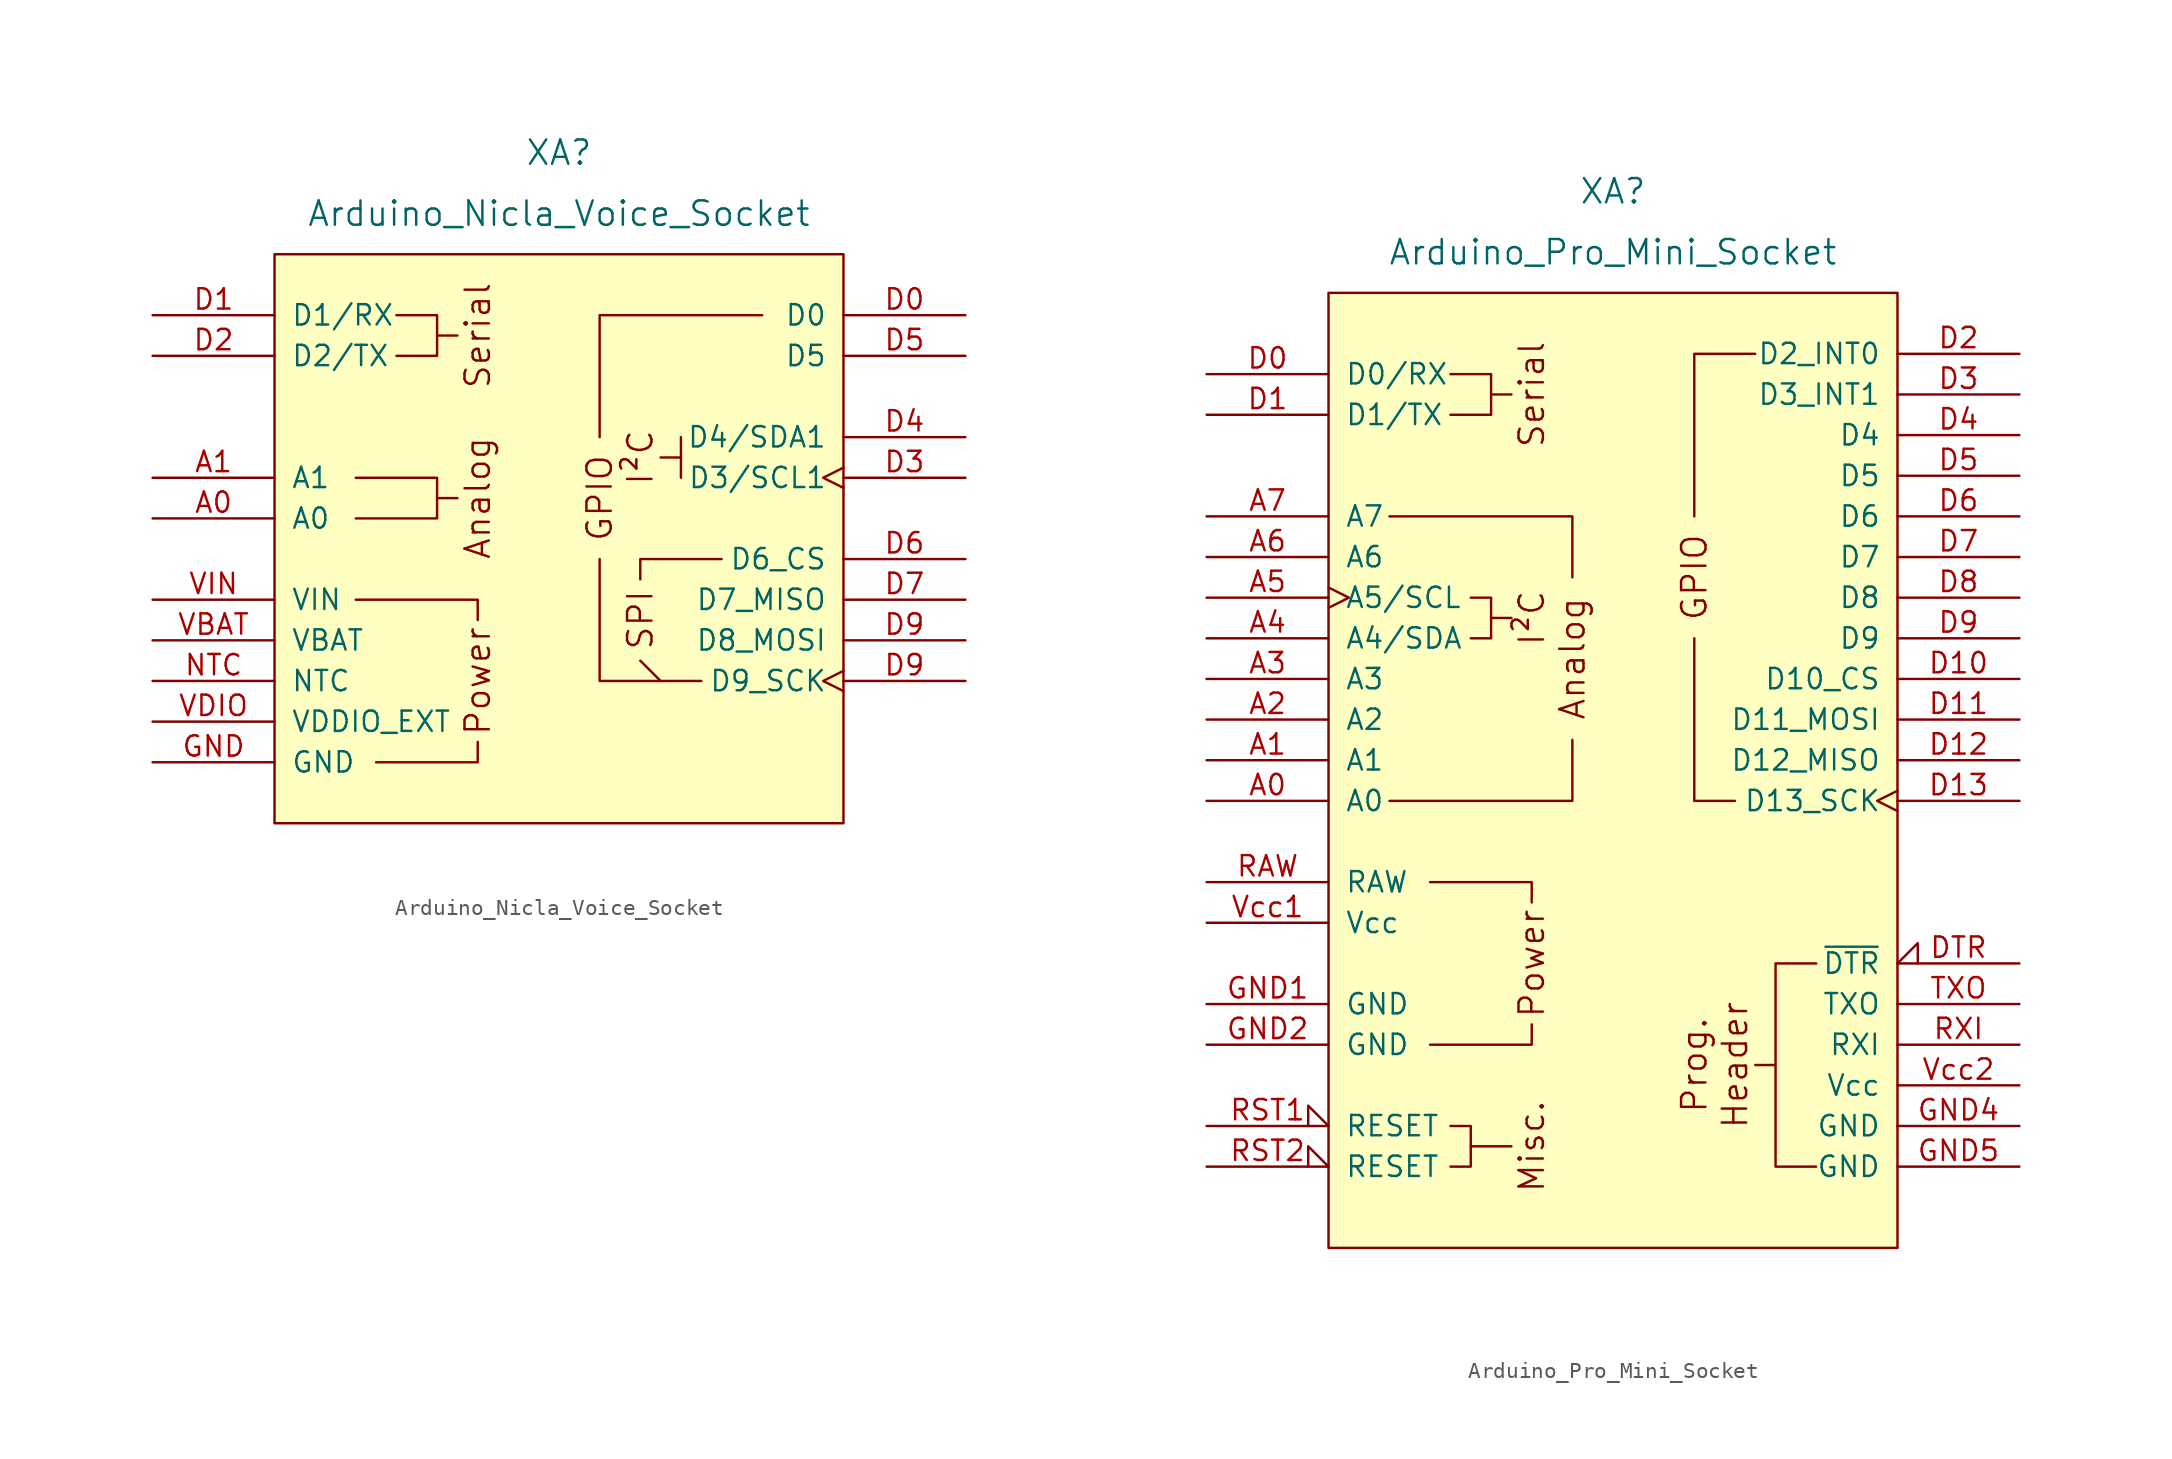
<source format=kicad_sym>
(kicad_symbol_lib
  (version 20211014)
  (generator kicad_symbol_editor)
  (symbol "Arduino_Nicla_Voice_Socket"
    (pin_names
      (offset 1.016))
    (property "Reference" "XA"
      (at 0 33.02 0)
      (effects (font (size 1.524 1.524))))
    (property "Value" "Arduino_Nicla_Voice_Socket"
      (at 0 29.21 0)
      (effects (font (size 1.524 1.524))))
    (symbol "Arduino_Nicla_Voice_Socket_0_0"
      (rectangle (start -17.78 26.67) (end 17.78 -8.89) (stroke (width 0) (type default) (color 0 0 0 0)) (fill (type background)))
      (polyline (pts (xy -7.62 11.43) (xy -6.35 11.43)) (stroke (width 0) (type default) (color 0 0 0 0)) (fill (type none)))
      (polyline (pts (xy -7.62 21.59) (xy -6.35 21.59)) (stroke (width 0) (type default) (color 0 0 0 0)) (fill (type none)))
      (polyline (pts (xy 7.62 13.97) (xy 6.35 13.97)) (stroke (width 0) (type default) (color 0 0 0 0)) (fill (type none)))
      (polyline (pts (xy -11.43 -5.08) (xy -5.08 -5.08) (xy -5.08 -3.81)) (stroke (width 0) (type default) (color 0 0 0 0)) (fill (type none)))
      (polyline (pts (xy -5.08 3.81) (xy -5.08 5.08) (xy -12.7 5.08)) (stroke (width 0) (type default) (color 0 0 0 0)) (fill (type none)))
      (polyline (pts (xy -10.16 22.86) (xy -7.62 22.86) (xy -7.62 20.32) (xy -10.16 20.32)) (stroke (width 0) (type default) (color 0 0 0 0)) (fill (type none)))
      (polyline (pts (xy 5.08 6.35) (xy 5.08 6.35) (xy 5.08 7.62) (xy 10.16 7.62)) (stroke (width 0) (type default) (color 0 0 0 0)) (fill (type none)))
      (polyline (pts (xy 6.35 0) (xy 6.35 0) (xy 6.35 0) (xy 5.08 1.27)) (stroke (width 0) (type default) (color 0 0 0 0)) (fill (type none)))
      (polyline (pts (xy 7.62 12.7) (xy 7.62 12.7) (xy 7.62 15.24) (xy 7.62 15.24)) (stroke (width 0) (type default) (color 0 0 0 0)) (fill (type none)))
      (text "Analog" (at -5.08 11.43 900) (effects (font (size 1.524 1.524))))
      (text "I²C" (at 5.08 13.97 900) (effects (font (size 1.524 1.524))))
      (text "Power" (at -5.08 0 900) (effects (font (size 1.524 1.524))))
      (text "Serial" (at -5.08 21.59 900) (effects (font (size 1.524 1.524)))))
    (symbol "Arduino_Nicla_Voice_Socket_0_1"
      (polyline (pts (xy -12.7 10.16) (xy -7.62 10.16) (xy -7.62 11.43)) (stroke (width 0) (type default) (color 0 0 0 0)) (fill (type none)))
      (polyline (pts (xy -12.7 12.7) (xy -7.62 12.7) (xy -7.62 11.43)) (stroke (width 0) (type default) (color 0 0 0 0)) (fill (type none)))
      (polyline (pts (xy 8.89 0) (xy 2.54 0) (xy 2.54 7.62)) (stroke (width 0) (type default) (color 0 0 0 0)) (fill (type none)))
      (polyline (pts (xy 12.7 22.86) (xy 2.54 22.86) (xy 2.54 15.24)) (stroke (width 0) (type default) (color 0 0 0 0)) (fill (type none))))
    (symbol "Arduino_Nicla_Voice_Socket_1_0"
      (text "GPIO" (at 2.54 11.43 900) (effects (font (size 1.524 1.524))))
      (text "SPI" (at 5.08 3.81 900) (effects (font (size 1.524 1.524)))))
    (symbol "Arduino_Nicla_Voice_Socket_1_1"
      (pin bidirectional line (at -25.4 10.16 0) (length 7.62) (name "A0" (effects (font (size 1.27 1.27)))) (number "A0" (effects (font (size 1.27 1.27)))))
      (pin bidirectional line (at -25.4 12.7 0) (length 7.62) (name "A1" (effects (font (size 1.27 1.27)))) (number "A1" (effects (font (size 1.27 1.27)))))
      (pin bidirectional line (at 25.4 22.86 180) (length 7.62) (name "D0" (effects (font (size 1.27 1.27)))) (number "D0" (effects (font (size 1.27 1.27)))))
      (pin bidirectional line (at -25.4 22.86 0) (length 7.62) (name "D1/RX" (effects (font (size 1.27 1.27)))) (number "D1" (effects (font (size 1.27 1.27)))))
      (pin bidirectional line (at -25.4 20.32 0) (length 7.62) (name "D2/TX" (effects (font (size 1.27 1.27)))) (number "D2" (effects (font (size 1.27 1.27)))))
      (pin bidirectional clock (at 25.4 12.7 180) (length 7.62) (name "D3/SCL1" (effects (font (size 1.27 1.27)))) (number "D3" (effects (font (size 1.27 1.27)))))
      (pin bidirectional line (at 25.4 15.24 180) (length 7.62) (name "D4/SDA1" (effects (font (size 1.27 1.27)))) (number "D4" (effects (font (size 1.27 1.27)))))
      (pin bidirectional line (at 25.4 20.32 180) (length 7.62) (name "D5" (effects (font (size 1.27 1.27)))) (number "D5" (effects (font (size 1.27 1.27)))))
      (pin bidirectional line (at 25.4 7.62 180) (length 7.62) (name "D6_CS" (effects (font (size 1.27 1.27)))) (number "D6" (effects (font (size 1.27 1.27)))))
      (pin bidirectional line (at 25.4 5.08 180) (length 7.62) (name "D7_MISO" (effects (font (size 1.27 1.27)))) (number "D7" (effects (font (size 1.27 1.27)))))
      (pin bidirectional line (at 25.4 2.54 180) (length 7.62) (name "D8_MOSI" (effects (font (size 1.27 1.27)))) (number "D9" (effects (font (size 1.27 1.27)))))
      (pin bidirectional clock (at 25.4 0 180) (length 7.62) (name "D9_SCK" (effects (font (size 1.27 1.27)))) (number "D9" (effects (font (size 1.27 1.27)))))
      (pin power_in line (at -25.4 -5.08 0) (length 7.62) (name "GND" (effects (font (size 1.27 1.27)))) (number "GND" (effects (font (size 1.27 1.27)))))
      (pin input line (at -25.4 0 0) (length 7.62) (name "NTC" (effects (font (size 1.27 1.27)))) (number "NTC" (effects (font (size 1.27 1.27)))))
      (pin power_in line (at -25.4 2.54 0) (length 7.62) (name "VBAT" (effects (font (size 1.27 1.27)))) (number "VBAT" (effects (font (size 1.27 1.27)))))
      (pin power_out line (at -25.4 -2.54 0) (length 7.62) (name "VDDIO_EXT" (effects (font (size 1.27 1.27)))) (number "VDIO" (effects (font (size 1.27 1.27)))))
      (pin power_in line (at -25.4 5.08 0) (length 7.62) (name "VIN" (effects (font (size 1.27 1.27)))) (number "VIN" (effects (font (size 1.27 1.27)))))))
  (symbol "Arduino_Pro_Mini_Socket"
    (pin_names
      (offset 1.016))
    (property "Reference" "XA"
      (at 0 36.83 0)
      (effects (font (size 1.524 1.524))))
    (property "Value" "Arduino_Pro_Mini_Socket"
      (at 0 33.02 0)
      (effects (font (size 1.524 1.524))))
    (symbol "Arduino_Pro_Mini_Socket_0_0"
      (rectangle (start -17.78 30.48) (end 17.78 -29.21) (stroke (width 0) (type default) (color 0 0 0 0)) (fill (type background)))
      (polyline (pts (xy -7.62 10.16) (xy -6.35 10.16)) (stroke (width 0) (type default) (color 0 0 0 0)) (fill (type none)))
      (polyline (pts (xy -7.62 24.13) (xy -6.35 24.13)) (stroke (width 0) (type default) (color 0 0 0 0)) (fill (type none)))
      (polyline (pts (xy -6.35 -22.86) (xy -8.89 -22.86)) (stroke (width 0) (type default) (color 0 0 0 0)) (fill (type none)))
      (polyline (pts (xy -11.43 -16.51) (xy -5.08 -16.51) (xy -5.08 -15.24)) (stroke (width 0) (type default) (color 0 0 0 0)) (fill (type none)))
      (polyline (pts (xy -5.08 -7.62) (xy -5.08 -6.35) (xy -11.43 -6.35)) (stroke (width 0) (type default) (color 0 0 0 0)) (fill (type none)))
      (polyline (pts (xy -2.54 2.54) (xy -2.54 -1.27) (xy -13.97 -1.27)) (stroke (width 0) (type default) (color 0 0 0 0)) (fill (type none)))
      (polyline (pts (xy -2.54 12.7) (xy -2.54 16.51) (xy -13.97 16.51)) (stroke (width 0) (type default) (color 0 0 0 0)) (fill (type none)))
      (polyline (pts (xy -10.16 25.4) (xy -7.62 25.4) (xy -7.62 22.86) (xy -10.16 22.86)) (stroke (width 0) (type default) (color 0 0 0 0)) (fill (type none)))
      (polyline (pts (xy -8.89 11.43) (xy -7.62 11.43) (xy -7.62 8.89) (xy -8.89 8.89)) (stroke (width 0) (type default) (color 0 0 0 0)) (fill (type none)))
      (polyline (pts (xy 12.7 -11.43) (xy 10.16 -11.43) (xy 10.16 -16.51) (xy 10.16 -17.78) (xy 8.89 -17.78) (xy 10.16 -17.78) (xy 10.16 -24.13) (xy 12.7 -24.13)) (stroke (width 0) (type default) (color 0 0 0 0)) (fill (type none)))
      (text "Analog" (at -2.54 7.62 900) (effects (font (size 1.524 1.524))))
      (text "Header" (at 7.62 -17.78 900) (effects (font (size 1.524 1.524))))
      (text "I²C" (at -5.08 10.16 900) (effects (font (size 1.524 1.524))))
      (text "Misc." (at -5.08 -22.86 900) (effects (font (size 1.524 1.524))))
      (text "Power" (at -5.08 -11.43 900) (effects (font (size 1.524 1.524))))
      (text "Prog." (at 5.08 -17.78 900) (effects (font (size 1.524 1.524))))
      (text "Serial" (at -5.08 24.13 900) (effects (font (size 1.524 1.524)))))
    (symbol "Arduino_Pro_Mini_Socket_0_1"
      (polyline (pts (xy 7.62 -1.27) (xy 5.08 -1.27) (xy 5.08 8.89)) (stroke (width 0) (type default) (color 0 0 0 0)) (fill (type none)))
      (polyline (pts (xy 8.89 26.67) (xy 5.08 26.67) (xy 5.08 16.51)) (stroke (width 0) (type default) (color 0 0 0 0)) (fill (type none)))
      (polyline (pts (xy -10.16 -24.13) (xy -8.89 -24.13) (xy -8.89 -21.59) (xy -10.16 -21.59)) (stroke (width 0) (type default) (color 0 0 0 0)) (fill (type none))))
    (symbol "Arduino_Pro_Mini_Socket_1_0"
      (text "GPIO" (at 5.08 12.7 900) (effects (font (size 1.524 1.524)))))
    (symbol "Arduino_Pro_Mini_Socket_1_1"
      (pin bidirectional line (at -25.4 -1.27 0) (length 7.62) (name "A0" (effects (font (size 1.27 1.27)))) (number "A0" (effects (font (size 1.27 1.27)))))
      (pin bidirectional line (at -25.4 1.27 0) (length 7.62) (name "A1" (effects (font (size 1.27 1.27)))) (number "A1" (effects (font (size 1.27 1.27)))))
      (pin bidirectional line (at -25.4 3.81 0) (length 7.62) (name "A2" (effects (font (size 1.27 1.27)))) (number "A2" (effects (font (size 1.27 1.27)))))
      (pin bidirectional line (at -25.4 6.35 0) (length 7.62) (name "A3" (effects (font (size 1.27 1.27)))) (number "A3" (effects (font (size 1.27 1.27)))))
      (pin bidirectional line (at -25.4 8.89 0) (length 7.62) (name "A4/SDA" (effects (font (size 1.27 1.27)))) (number "A4" (effects (font (size 1.27 1.27)))))
      (pin bidirectional clock (at -25.4 11.43 0) (length 7.62) (name "A5/SCL" (effects (font (size 1.27 1.27)))) (number "A5" (effects (font (size 1.27 1.27)))))
      (pin input line (at -25.4 13.97 0) (length 7.62) (name "A6" (effects (font (size 1.27 1.27)))) (number "A6" (effects (font (size 1.27 1.27)))))
      (pin input line (at -25.4 16.51 0) (length 7.62) (name "A7" (effects (font (size 1.27 1.27)))) (number "A7" (effects (font (size 1.27 1.27)))))
      (pin bidirectional line (at -25.4 25.4 0) (length 7.62) (name "D0/RX" (effects (font (size 1.27 1.27)))) (number "D0" (effects (font (size 1.27 1.27)))))
      (pin bidirectional line (at -25.4 22.86 0) (length 7.62) (name "D1/TX" (effects (font (size 1.27 1.27)))) (number "D1" (effects (font (size 1.27 1.27)))))
      (pin bidirectional line (at 25.4 6.35 180) (length 7.62) (name "D10_CS" (effects (font (size 1.27 1.27)))) (number "D10" (effects (font (size 1.27 1.27)))))
      (pin bidirectional line (at 25.4 3.81 180) (length 7.62) (name "D11_MOSI" (effects (font (size 1.27 1.27)))) (number "D11" (effects (font (size 1.27 1.27)))))
      (pin bidirectional line (at 25.4 1.27 180) (length 7.62) (name "D12_MISO" (effects (font (size 1.27 1.27)))) (number "D12" (effects (font (size 1.27 1.27)))))
      (pin bidirectional clock (at 25.4 -1.27 180) (length 7.62) (name "D13_SCK" (effects (font (size 1.27 1.27)))) (number "D13" (effects (font (size 1.27 1.27)))))
      (pin bidirectional line (at 25.4 26.67 180) (length 7.62) (name "D2_INT0" (effects (font (size 1.27 1.27)))) (number "D2" (effects (font (size 1.27 1.27)))))
      (pin bidirectional line (at 25.4 24.13 180) (length 7.62) (name "D3_INT1" (effects (font (size 1.27 1.27)))) (number "D3" (effects (font (size 1.27 1.27)))))
      (pin bidirectional line (at 25.4 21.59 180) (length 7.62) (name "D4" (effects (font (size 1.27 1.27)))) (number "D4" (effects (font (size 1.27 1.27)))))
      (pin bidirectional line (at 25.4 19.05 180) (length 7.62) (name "D5" (effects (font (size 1.27 1.27)))) (number "D5" (effects (font (size 1.27 1.27)))))
      (pin bidirectional line (at 25.4 16.51 180) (length 7.62) (name "D6" (effects (font (size 1.27 1.27)))) (number "D6" (effects (font (size 1.27 1.27)))))
      (pin bidirectional line (at 25.4 13.97 180) (length 7.62) (name "D7" (effects (font (size 1.27 1.27)))) (number "D7" (effects (font (size 1.27 1.27)))))
      (pin bidirectional line (at 25.4 11.43 180) (length 7.62) (name "D8" (effects (font (size 1.27 1.27)))) (number "D8" (effects (font (size 1.27 1.27)))))
      (pin bidirectional line (at 25.4 8.89 180) (length 7.62) (name "D9" (effects (font (size 1.27 1.27)))) (number "D9" (effects (font (size 1.27 1.27)))))
      (pin input input_low (at 25.4 -11.43 180) (length 7.62) (name "~{DTR}" (effects (font (size 1.27 1.27)))) (number "DTR" (effects (font (size 1.27 1.27)))))
      (pin power_in line (at -25.4 -13.97 0) (length 7.62) (name "GND" (effects (font (size 1.27 1.27)))) (number "GND1" (effects (font (size 1.27 1.27)))))
      (pin power_in line (at -25.4 -16.51 0) (length 7.62) (name "GND" (effects (font (size 1.27 1.27)))) (number "GND2" (effects (font (size 1.27 1.27)))))
      (pin power_in line (at 25.4 -21.59 180) (length 7.62) (name "GND" (effects (font (size 1.27 1.27)))) (number "GND4" (effects (font (size 1.27 1.27)))))
      (pin power_in line (at 25.4 -24.13 180) (length 7.62) (name "GND" (effects (font (size 1.27 1.27)))) (number "GND5" (effects (font (size 1.27 1.27)))))
      (pin power_in line (at -25.4 -6.35 0) (length 7.62) (name "RAW" (effects (font (size 1.27 1.27)))) (number "RAW" (effects (font (size 1.27 1.27)))))
      (pin open_collector input_low (at -25.4 -21.59 0) (length 7.62) (name "RESET" (effects (font (size 1.27 1.27)))) (number "RST1" (effects (font (size 1.27 1.27)))))
      (pin open_collector input_low (at -25.4 -24.13 0) (length 7.62) (name "RESET" (effects (font (size 1.27 1.27)))) (number "RST2" (effects (font (size 1.27 1.27)))))
      (pin input line (at 25.4 -16.51 180) (length 7.62) (name "RXI" (effects (font (size 1.27 1.27)))) (number "RXI" (effects (font (size 1.27 1.27)))))
      (pin output line (at 25.4 -13.97 180) (length 7.62) (name "TXO" (effects (font (size 1.27 1.27)))) (number "TXO" (effects (font (size 1.27 1.27)))))
      (pin power_in line (at -25.4 -8.89 0) (length 7.62) (name "Vcc" (effects (font (size 1.27 1.27)))) (number "Vcc1" (effects (font (size 1.27 1.27)))))
      (pin power_in line (at 25.4 -19.05 180) (length 7.62) (name "Vcc" (effects (font (size 1.27 1.27)))) (number "Vcc2" (effects (font (size 1.27 1.27))))))))
</source>
